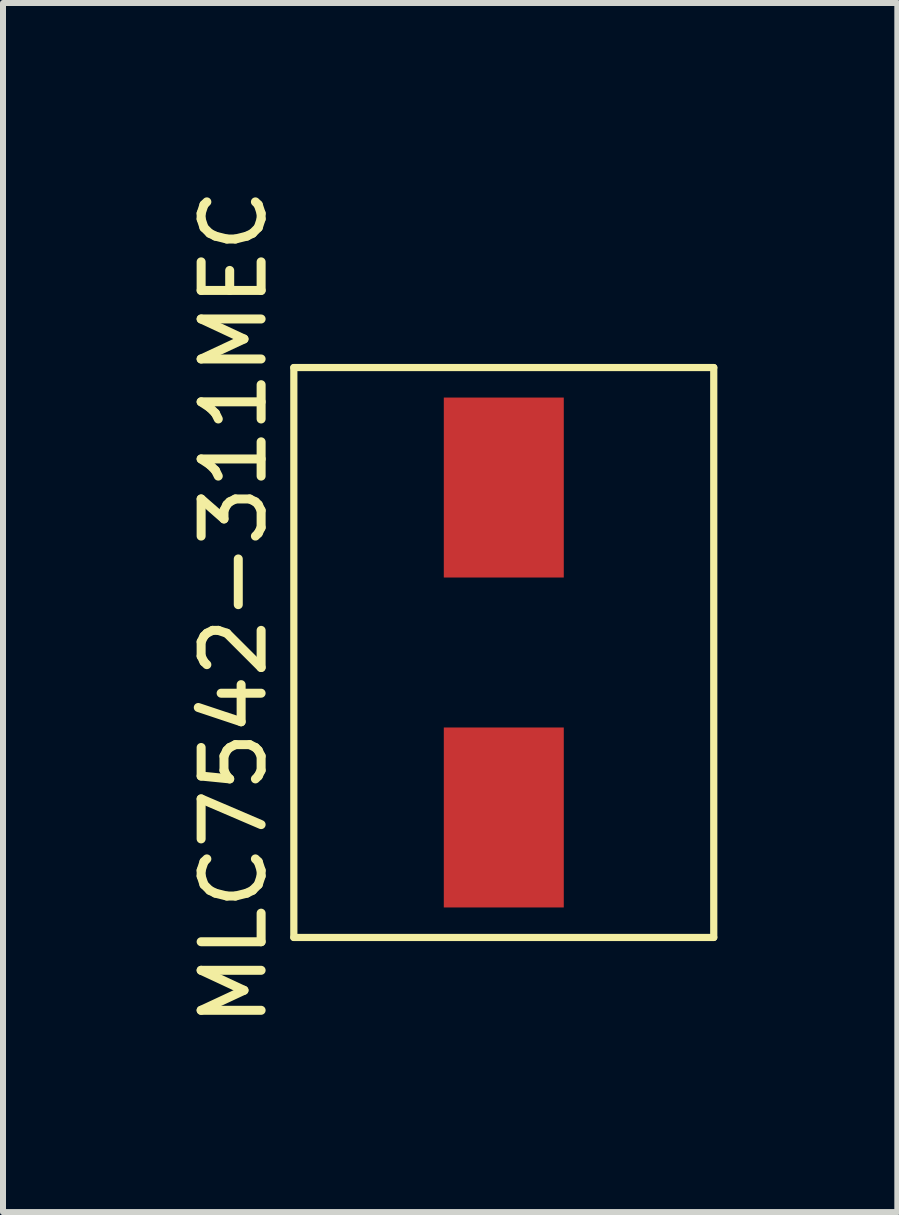
<source format=kicad_pcb>
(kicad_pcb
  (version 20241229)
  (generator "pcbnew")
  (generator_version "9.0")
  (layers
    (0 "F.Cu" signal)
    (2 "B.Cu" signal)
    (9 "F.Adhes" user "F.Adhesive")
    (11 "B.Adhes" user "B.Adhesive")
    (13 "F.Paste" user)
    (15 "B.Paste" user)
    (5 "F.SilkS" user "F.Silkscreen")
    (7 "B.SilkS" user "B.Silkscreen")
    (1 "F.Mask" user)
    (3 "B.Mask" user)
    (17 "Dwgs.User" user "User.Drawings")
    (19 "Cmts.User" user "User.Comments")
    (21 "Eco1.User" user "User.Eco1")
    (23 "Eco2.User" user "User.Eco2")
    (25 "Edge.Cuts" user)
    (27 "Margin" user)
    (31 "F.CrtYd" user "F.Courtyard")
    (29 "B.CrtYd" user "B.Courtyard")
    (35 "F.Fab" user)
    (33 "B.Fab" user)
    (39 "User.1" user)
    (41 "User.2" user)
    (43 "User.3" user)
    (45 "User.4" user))
  (footprint "MLC7542-311MEC"
    (layer "F.Cu")
    (at 5.348 9.077)
    (property "Reference" "MLC7542-311MEC" (at -4.5 -2 90) (layer "F.SilkS") (effects (font (size 1 1) (thickness 0.15))))
    (attr through_hole)
    (fp_line (start -3.5 -6) (end -3.5 3.5) (stroke (width 0.12) (type solid)) (layer "F.SilkS"))
    (fp_line (start -3.5 3.5) (end 3.5 3.5) (stroke (width 0.12) (type solid)) (layer "F.SilkS"))
    (fp_line (start 3.5 -6) (end -3.5 -6) (stroke (width 0.12) (type solid)) (layer "F.SilkS"))
    (fp_line (start 3.5 3.5) (end 3.5 -6) (stroke (width 0.12) (type solid)) (layer "F.SilkS"))
    (pad "1" smd rect (at 0 1.5) (size 2 3) (layers "F.Cu" "F.Mask" "F.Paste"))
    (pad "2" smd rect (at 0 -4) (size 2 3) (layers "F.Cu" "F.Mask" "F.Paste")))
  (gr_rect
    (start -3 -3)
    (end 11.908 17.155)
    (stroke (width 0.1) (type default))
    (fill no)
    (layer "Edge.Cuts")))
</source>
